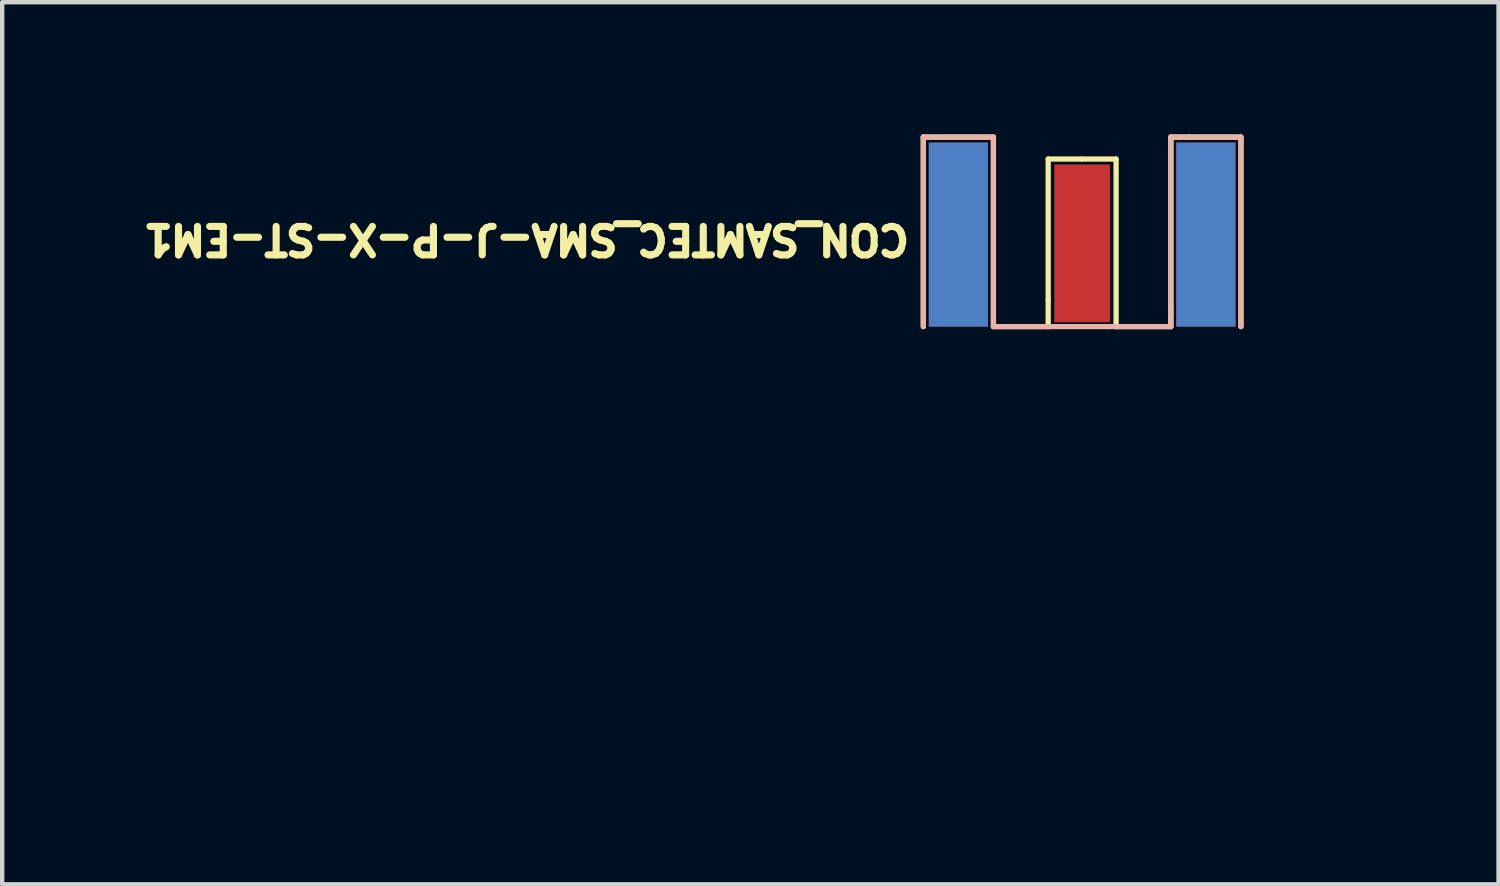
<source format=kicad_pcb>
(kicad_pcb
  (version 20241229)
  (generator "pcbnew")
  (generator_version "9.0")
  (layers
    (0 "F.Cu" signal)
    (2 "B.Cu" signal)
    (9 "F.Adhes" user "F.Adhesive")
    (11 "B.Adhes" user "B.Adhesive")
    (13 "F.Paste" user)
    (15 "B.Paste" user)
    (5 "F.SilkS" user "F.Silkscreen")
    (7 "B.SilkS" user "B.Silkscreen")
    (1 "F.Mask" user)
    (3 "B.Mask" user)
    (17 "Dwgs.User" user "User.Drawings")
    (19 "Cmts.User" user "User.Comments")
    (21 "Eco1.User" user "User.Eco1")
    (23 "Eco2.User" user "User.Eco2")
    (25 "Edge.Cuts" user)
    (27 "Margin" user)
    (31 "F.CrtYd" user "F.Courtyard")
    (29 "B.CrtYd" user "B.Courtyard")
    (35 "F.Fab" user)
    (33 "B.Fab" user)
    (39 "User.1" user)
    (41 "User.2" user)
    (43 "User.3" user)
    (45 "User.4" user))
  (footprint "CON_SAMTEC_SMA-J-P-X-ST-EM1"
    (layer "F.Cu")
    (at 21.651 4.405)
    (property "Reference" "CON_SAMTEC_SMA-J-P-X-ST-EM1" (at -3.867 -2.375 180) (unlocked yes) (layer "F.SilkS") (effects (font (size 0.65 0.65) (thickness 0.254)) (justify left bottom)))
    (fp_line (start -3.625 -4.325) (end -3.625 0) (stroke (width 0.12) (type solid)) (layer "F.SilkS"))
    (fp_line (start -2.025 -4.325) (end -3.625 -4.325) (stroke (width 0.12) (type solid)) (layer "F.SilkS"))
    (fp_line (start -2.025 -4.325) (end -2.025 0) (stroke (width 0.12) (type solid)) (layer "F.SilkS"))
    (fp_line (start -0.775 -3.825) (end -0.775 -0.625) (stroke (width 0.12) (type solid)) (layer "F.SilkS"))
    (fp_line (start -0.775 -0.625) (end -0.775 0) (stroke (width 0.12) (type solid)) (layer "F.SilkS"))
    (fp_line (start -0.775 0) (end -2.025 0) (stroke (width 0.12) (type solid)) (layer "F.SilkS"))
    (fp_line (start 0 -3.825) (end -0.775 -3.825) (stroke (width 0.12) (type solid)) (layer "F.SilkS"))
    (fp_line (start 0.775 -3.825) (end 0 -3.825) (stroke (width 0.12) (type solid)) (layer "F.SilkS"))
    (fp_line (start 0.775 -3.825) (end 0.775 0) (stroke (width 0.12) (type solid)) (layer "F.SilkS"))
    (fp_line (start 2.025 -4.325) (end 2.025 -0.325) (stroke (width 0.12) (type solid)) (layer "F.SilkS"))
    (fp_line (start 2.025 -0.325) (end 2.025 0) (stroke (width 0.12) (type solid)) (layer "F.SilkS"))
    (fp_line (start 2.025 0) (end 0.775 0) (stroke (width 0.12) (type solid)) (layer "F.SilkS"))
    (fp_line (start 2.45 -4.325) (end 2.025 -4.325) (stroke (width 0.12) (type solid)) (layer "F.SilkS"))
    (fp_line (start 3.625 -4.325) (end 2.45 -4.325) (stroke (width 0.12) (type solid)) (layer "F.SilkS"))
    (fp_line (start 3.625 -4.325) (end 3.625 0) (stroke (width 0.12) (type solid)) (layer "F.SilkS"))
    (fp_line (start -3.625 -4.325) (end -3.625 -0.000002) (stroke (width 0.12) (type solid)) (layer "B.SilkS"))
    (fp_line (start -2.025 -4.325) (end -3.625 -4.325) (stroke (width 0.12) (type solid)) (layer "B.SilkS"))
    (fp_line (start -2.025 -4.325) (end -2.025 -0.000002) (stroke (width 0.12) (type solid)) (layer "B.SilkS"))
    (fp_line (start 2.025 -4.325) (end 2.025 -0.325) (stroke (width 0.12) (type solid)) (layer "B.SilkS"))
    (fp_line (start 2.025 -0.325) (end 2.025 -0.000002) (stroke (width 0.12) (type solid)) (layer "B.SilkS"))
    (fp_line (start 2.025 -0.000002) (end -2.025 -0.000002) (stroke (width 0.12) (type solid)) (layer "B.SilkS"))
    (fp_line (start 2.45 -4.325) (end 2.025 -4.325) (stroke (width 0.12) (type solid)) (layer "B.SilkS"))
    (fp_line (start 3.625 -4.325) (end 2.45 -4.325) (stroke (width 0.12) (type solid)) (layer "B.SilkS"))
    (fp_line (start 3.625 -4.325) (end 3.625 -0.000002) (stroke (width 0.12) (type solid)) (layer "B.SilkS"))
    (fp_line (start -5.1 2) (end -5.1 9.725) (stroke (width 0.01) (type solid)) (layer "Eco1.User"))
    (fp_line (start -3.7 -4.4) (end -3.7 2) (stroke (width 0.01) (type solid)) (layer "Eco1.User"))
    (fp_line (start -3.7 2) (end -5.1 2) (stroke (width 0.01) (type solid)) (layer "Eco1.User"))
    (fp_line (start -3.175 -3.81) (end -3.175 -0.000002) (stroke (width 0.01) (type solid)) (layer "Eco1.User"))
    (fp_line (start -3.175 -3.81) (end -3.175 0) (stroke (width 0.01) (type solid)) (layer "Eco1.User"))
    (fp_line (start -3.175 -3.8) (end -3.175 2) (stroke (width 0.01) (type solid)) (layer "Eco1.User"))
    (fp_line (start -2.75 2.15) (end -2.9 2) (stroke (width 0.01) (type solid)) (layer "Eco1.User"))
    (fp_line (start -2.75 2.15) (end -2.75 5.3) (stroke (width 0.01) (type solid)) (layer "Eco1.User"))
    (fp_line (start -2.75 4.55) (end -2.75 7.7) (stroke (width 0.01) (type solid)) (layer "Eco1.User"))
    (fp_line (start -2.75 5.3) (end -3.15 5.7) (stroke (width 0.01) (type solid)) (layer "Eco1.User"))
    (fp_line (start -2.75 6.1) (end -3.15 5.7) (stroke (width 0.01) (type solid)) (layer "Eco1.User"))
    (fp_line (start -2.75 6.1) (end -3.15 6.5) (stroke (width 0.01) (type solid)) (layer "Eco1.User"))
    (fp_line (start -2.75 6.9) (end -3.15 6.5) (stroke (width 0.01) (type solid)) (layer "Eco1.User"))
    (fp_line (start -2.75 6.9) (end -3.15 7.3) (stroke (width 0.01) (type solid)) (layer "Eco1.User"))
    (fp_line (start -2.75 7.7) (end -3.15 7.3) (stroke (width 0.01) (type solid)) (layer "Eco1.User"))
    (fp_line (start -2.75 7.7) (end -3.15 8.1) (stroke (width 0.01) (type solid)) (layer "Eco1.User"))
    (fp_line (start -2.75 7.7) (end -3.15 8.1) (stroke (width 0.01) (type solid)) (layer "Eco1.User"))
    (fp_line (start -2.75 7.7) (end -2.75 8.5) (stroke (width 0.01) (type solid)) (layer "Eco1.User"))
    (fp_line (start -2.75 8.5) (end -3.15 8.1) (stroke (width 0.01) (type solid)) (layer "Eco1.User"))
    (fp_line (start -2.75 8.5) (end -3.15 8.1) (stroke (width 0.01) (type solid)) (layer "Eco1.User"))
    (fp_line (start -2.75 8.5) (end -3.15 8.9) (stroke (width 0.01) (type solid)) (layer "Eco1.User"))
    (fp_line (start -2.75 8.5) (end -2.75 9.445) (stroke (width 0.01) (type solid)) (layer "Eco1.User"))
    (fp_line (start -2.75 9.3) (end -3.15 8.9) (stroke (width 0.01) (type solid)) (layer "Eco1.User"))
    (fp_line (start -2.675 9.52) (end -2.75 9.445) (stroke (width 0.01) (type solid)) (layer "Eco1.User"))
    (fp_line (start -2.365 -3.81) (end -3.175 -3.81) (stroke (width 0.01) (type solid)) (layer "Eco1.User"))
    (fp_line (start -2.365 -3.81) (end -2.365 -0.000002) (stroke (width 0.01) (type solid)) (layer "Eco1.User"))
    (fp_line (start -2.365 -3.81) (end -3.175 -3.81) (stroke (width 0.01) (type solid)) (layer "Eco1.User"))
    (fp_line (start -2.365 -3.81) (end -2.365 0) (stroke (width 0.01) (type solid)) (layer "Eco1.User"))
    (fp_line (start -0.635 -3.55) (end -0.635 -0.000002) (stroke (width 0.01) (type solid)) (layer "Eco1.User"))
    (fp_line (start -0.375 -3.8) (end -0.635 -3.55) (stroke (width 0.01) (type solid)) (layer "Eco1.User"))
    (fp_line (start 0.375 -3.8) (end -0.375 -3.8) (stroke (width 0.01) (type solid)) (layer "Eco1.User"))
    (fp_line (start 0.625 -3.55) (end -0.625 -3.55) (stroke (width 0.01) (type solid)) (layer "Eco1.User"))
    (fp_line (start 0.635 -3.55) (end 0.375 -3.8) (stroke (width 0.01) (type solid)) (layer "Eco1.User"))
    (fp_line (start 0.635 -3.55) (end 0.635 -0.000002) (stroke (width 0.01) (type solid)) (layer "Eco1.User"))
    (fp_line (start 2.365 -3.81) (end 2.365 -0.000002) (stroke (width 0.01) (type solid)) (layer "Eco1.User"))
    (fp_line (start 2.365 -3.81) (end 2.365 0) (stroke (width 0.01) (type solid)) (layer "Eco1.User"))
    (fp_line (start 2.675 9.52) (end -2.675 9.52) (stroke (width 0.01) (type solid)) (layer "Eco1.User"))
    (fp_line (start 2.75 2.15) (end -2.75 2.15) (stroke (width 0.01) (type solid)) (layer "Eco1.User"))
    (fp_line (start 2.75 2.15) (end 2.75 4.9) (stroke (width 0.01) (type solid)) (layer "Eco1.User"))
    (fp_line (start 2.75 4.55) (end -2.75 4.55) (stroke (width 0.01) (type solid)) (layer "Eco1.User"))
    (fp_line (start 2.75 4.55) (end 2.75 7.3) (stroke (width 0.01) (type solid)) (layer "Eco1.User"))
    (fp_line (start 2.75 4.9) (end -2.75 5.3) (stroke (width 0.01) (type solid)) (layer "Eco1.User"))
    (fp_line (start 2.75 5.7) (end -2.75 6.1) (stroke (width 0.01) (type solid)) (layer "Eco1.User"))
    (fp_line (start 2.75 6.5) (end -2.75 6.9) (stroke (width 0.01) (type solid)) (layer "Eco1.User"))
    (fp_line (start 2.75 7.3) (end -2.75 7.7) (stroke (width 0.01) (type solid)) (layer "Eco1.User"))
    (fp_line (start 2.75 7.3) (end 2.75 8.1) (stroke (width 0.01) (type solid)) (layer "Eco1.User"))
    (fp_line (start 2.75 8.1) (end -2.75 8.5) (stroke (width 0.01) (type solid)) (layer "Eco1.User"))
    (fp_line (start 2.75 8.1) (end 2.75 9.445) (stroke (width 0.01) (type solid)) (layer "Eco1.User"))
    (fp_line (start 2.75 8.9) (end -2.75 9.3) (stroke (width 0.01) (type solid)) (layer "Eco1.User"))
    (fp_line (start 2.75 9.445) (end 2.675 9.52) (stroke (width 0.01) (type solid)) (layer "Eco1.User"))
    (fp_line (start 2.9 2) (end 2.75 2.15) (stroke (width 0.01) (type solid)) (layer "Eco1.User"))
    (fp_line (start 3.15 5.3) (end -3.15 5.7) (stroke (width 0.01) (type solid)) (layer "Eco1.User"))
    (fp_line (start 3.15 5.3) (end 2.75 4.9) (stroke (width 0.01) (type solid)) (layer "Eco1.User"))
    (fp_line (start 3.15 5.3) (end 2.75 5.7) (stroke (width 0.01) (type solid)) (layer "Eco1.User"))
    (fp_line (start 3.15 6.1) (end -3.15 6.5) (stroke (width 0.01) (type solid)) (layer "Eco1.User"))
    (fp_line (start 3.15 6.1) (end 2.75 5.7) (stroke (width 0.01) (type solid)) (layer "Eco1.User"))
    (fp_line (start 3.15 6.1) (end 2.75 6.5) (stroke (width 0.01) (type solid)) (layer "Eco1.User"))
    (fp_line (start 3.15 6.9) (end -3.15 7.3) (stroke (width 0.01) (type solid)) (layer "Eco1.User"))
    (fp_line (start 3.15 6.9) (end 2.75 6.5) (stroke (width 0.01) (type solid)) (layer "Eco1.User"))
    (fp_line (start 3.15 6.9) (end 2.75 7.3) (stroke (width 0.01) (type solid)) (layer "Eco1.User"))
    (fp_line (start 3.15 7.7) (end -3.15 8.1) (stroke (width 0.01) (type solid)) (layer "Eco1.User"))
    (fp_line (start 3.15 7.7) (end 2.75 7.3) (stroke (width 0.01) (type solid)) (layer "Eco1.User"))
    (fp_line (start 3.15 7.7) (end 2.75 7.3) (stroke (width 0.01) (type solid)) (layer "Eco1.User"))
    (fp_line (start 3.15 7.7) (end 2.75 8.1) (stroke (width 0.01) (type solid)) (layer "Eco1.User"))
    (fp_line (start 3.15 7.7) (end 2.75 8.1) (stroke (width 0.01) (type solid)) (layer "Eco1.User"))
    (fp_line (start 3.15 8.5) (end -3.15 8.9) (stroke (width 0.01) (type solid)) (layer "Eco1.User"))
    (fp_line (start 3.15 8.5) (end 2.75 8.1) (stroke (width 0.01) (type solid)) (layer "Eco1.User"))
    (fp_line (start 3.15 8.5) (end 2.75 8.9) (stroke (width 0.01) (type solid)) (layer "Eco1.User"))
    (fp_line (start 3.175 -3.81) (end 2.365 -3.81) (stroke (width 0.01) (type solid)) (layer "Eco1.User"))
    (fp_line (start 3.175 -3.81) (end 3.175 -0.000002) (stroke (width 0.01) (type solid)) (layer "Eco1.User"))
    (fp_line (start 3.175 -3.81) (end 2.365 -3.81) (stroke (width 0.01) (type solid)) (layer "Eco1.User"))
    (fp_line (start 3.175 -3.81) (end 3.175 0) (stroke (width 0.01) (type solid)) (layer "Eco1.User"))
    (fp_line (start 3.175 -3.8) (end 3.175 2) (stroke (width 0.01) (type solid)) (layer "Eco1.User"))
    (fp_line (start 3.175 -0.000002) (end -3.175 -0.000002) (stroke (width 0.01) (type solid)) (layer "Eco1.User"))
    (fp_line (start 3.175 0) (end -3.175 0) (stroke (width 0.01) (type solid)) (layer "Eco1.User"))
    (fp_line (start 3.175 2) (end -3.175 2) (stroke (width 0.01) (type solid)) (layer "Eco1.User"))
    (fp_line (start 3.7 -4.4) (end -3.7 -4.4) (stroke (width 0.01) (type solid)) (layer "Eco1.User"))
    (fp_line (start 3.7 -4.4) (end 3.7 2) (stroke (width 0.01) (type solid)) (layer "Eco1.User"))
    (fp_line (start 5.1 2) (end 3.7 2) (stroke (width 0.01) (type solid)) (layer "Eco1.User"))
    (fp_line (start 5.1 2) (end 5.1 9.725) (stroke (width 0.01) (type solid)) (layer "Eco1.User"))
    (fp_line (start 5.1 9.725) (end -5.1 9.725) (stroke (width 0.01) (type solid)) (layer "Eco1.User"))
    (fp_line (start 6.5 -0.000002) (end -6.5 -0.000002) (stroke (width 0.01) (type solid)) (layer "User.7"))
    (fp_text user "5" (at -3.13 -2.538 180) (unlocked yes) (layer "Eco1.User") (effects (font (size 0.75 0.75) (thickness 0.08)) (justify left bottom mirror)))
    (fp_text user "'.Designator'" (at -2.117 -2 180) (unlocked yes) (layer "Eco1.User") (effects (font (size 0.375 0.375) (thickness 0.254))))
    (fp_text user "1" (at 0.233 -2.575 180) (unlocked yes) (layer "Eco1.User") (effects (font (size 0.75 0.75) (thickness 0.08)) (justify left bottom)))
    (fp_text user "2" (at -2.493 -2.512 180) (unlocked yes) (layer "Eco1.User") (effects (font (size 0.75 0.75) (thickness 0.08)) (justify left bottom)))
    (fp_text user "3" (at 3.02 -2.538 180) (unlocked yes) (layer "Eco1.User") (effects (font (size 0.75 0.75) (thickness 0.08)) (justify left bottom)))
    (fp_text user "4" (at 2.382 -2.413 180) (unlocked yes) (layer "Eco1.User") (effects (font (size 0.75 0.75) (thickness 0.08)) (justify left bottom mirror)))
    (fp_text user "PCB" (at -6.425 -0.125 0) (unlocked yes) (layer "User.7") (effects (font (size 0.5 0.5) (thickness 0.04)) (justify left bottom)))
    (fp_text user "EDGE" (at 4.075 -0.075 0) (unlocked yes) (layer "User.7") (effects (font (size 0.5 0.5) (thickness 0.04)) (justify left bottom)))
    (pad "1" smd rect (at 0 -1.9 90) (size 3.6 1.27) (layers "F.Cu" "F.Mask" "F.Paste"))
    (pad "2" smd rect (at -2.825 -2.1 90) (size 4.2 1.35) (layers "F.Cu" "F.Mask" "F.Paste"))
    (pad "3" smd rect (at 2.825 -2.1 90) (size 4.2 1.35) (layers "F.Cu" "F.Mask" "F.Paste"))
    (pad "4" smd rect (at 2.825 -2.1 90) (size 4.2 1.35) (layers "B.Cu" "B.Mask" "B.Paste"))
    (pad "5" smd rect (at -2.825 -2.1 90) (size 4.2 1.35) (layers "B.Cu" "B.Mask" "B.Paste")))
  (gr_rect
    (start -3 -3)
    (end 31.156 17.135)
    (stroke (width 0.1) (type default))
    (fill no)
    (layer "Edge.Cuts")))
</source>
